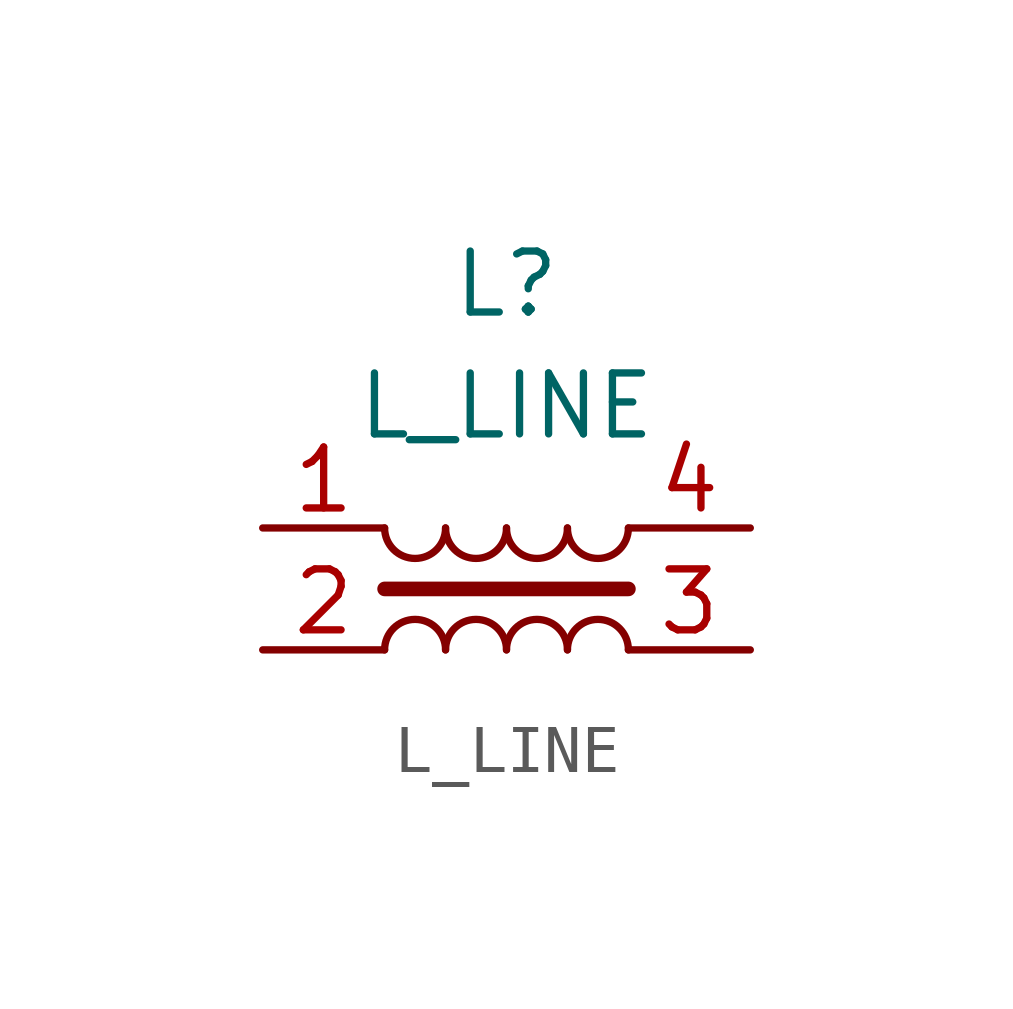
<source format=kicad_sym>
(kicad_symbol_lib
  (version 20211014)
  (generator kicad_symbol_editor)
  (symbol "L_LINE"
    (pin_names
      (offset 1.016) hide)
    (property "Reference" "L"
      (at 0 5.08 0)
      (effects (font (size 1.27 1.27))))
    (property "Value" "L_LINE"
      (at 0 2.54 0)
      (effects (font (size 1.27 1.27))))
    (symbol "L_LINE_0_1"
      (arc (start -2.54 0) (mid -1.905 -0.635) (end -1.27 0) (stroke (width 0) (type default) (color 0 0 0 0)) (fill (type none)))
      (arc (start -1.27 0) (mid -0.635 -0.635) (end 0 0) (stroke (width 0) (type default) (color 0 0 0 0)) (fill (type none)))
      (polyline (pts (xy -2.54 -1.27) (xy 2.54 -1.27)) (stroke (width 0.305) (type default) (color 0 0 0 0)) (fill (type none)))
      (arc (start 0 0) (mid 0.635 -0.635) (end 1.27 0) (stroke (width 0) (type default) (color 0 0 0 0)) (fill (type none)))
      (arc (start 1.27 0) (mid 1.905 -0.635) (end 2.54 0) (stroke (width 0) (type default) (color 0 0 0 0)) (fill (type none))))
    (symbol "L_LINE_1_1"
      (arc (start -1.27 -2.54) (mid -1.905 -1.905) (end -2.54 -2.54) (stroke (width 0) (type default) (color 0 0 0 0)) (fill (type none)))
      (arc (start 0 -2.54) (mid -0.635 -1.905) (end -1.27 -2.54) (stroke (width 0) (type default) (color 0 0 0 0)) (fill (type none)))
      (arc (start 1.27 -2.54) (mid 0.635 -1.905) (end 0 -2.54) (stroke (width 0) (type default) (color 0 0 0 0)) (fill (type none)))
      (arc (start 2.54 -2.54) (mid 1.905 -1.905) (end 1.27 -2.54) (stroke (width 0) (type default) (color 0 0 0 0)) (fill (type none)))
      (pin passive line (at -5.08 0 0) (length 2.54) (name "1" (effects (font (size 1.27 1.27)))) (number "1" (effects (font (size 1.27 1.27)))))
      (pin passive line (at -5.08 -2.54 0) (length 2.54) (name "2" (effects (font (size 1.27 1.27)))) (number "2" (effects (font (size 1.27 1.27)))))
      (pin passive line (at 5.08 -2.54 180) (length 2.54) (name "3" (effects (font (size 1.27 1.27)))) (number "3" (effects (font (size 1.27 1.27)))))
      (pin passive line (at 5.08 0 180) (length 2.54) (name "4" (effects (font (size 1.27 1.27)))) (number "4" (effects (font (size 1.27 1.27))))))))
</source>
